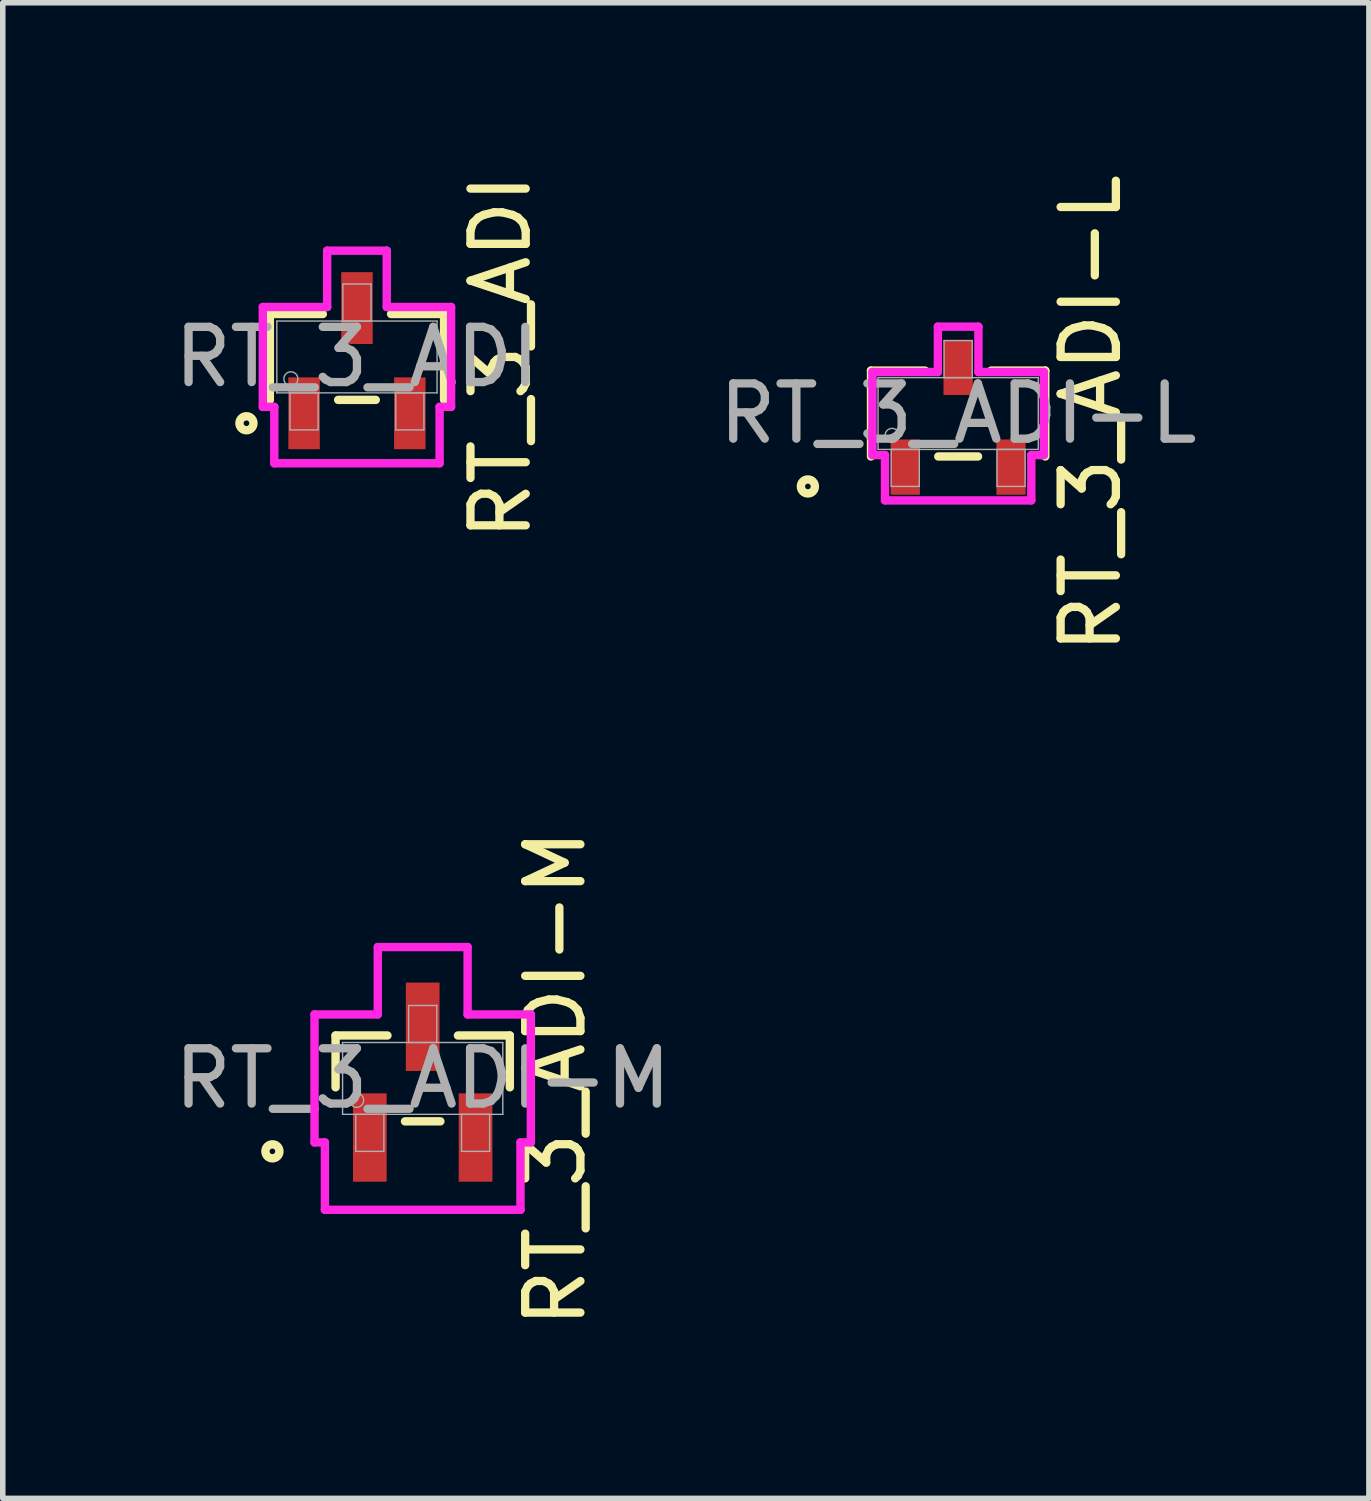
<source format=kicad_pcb>
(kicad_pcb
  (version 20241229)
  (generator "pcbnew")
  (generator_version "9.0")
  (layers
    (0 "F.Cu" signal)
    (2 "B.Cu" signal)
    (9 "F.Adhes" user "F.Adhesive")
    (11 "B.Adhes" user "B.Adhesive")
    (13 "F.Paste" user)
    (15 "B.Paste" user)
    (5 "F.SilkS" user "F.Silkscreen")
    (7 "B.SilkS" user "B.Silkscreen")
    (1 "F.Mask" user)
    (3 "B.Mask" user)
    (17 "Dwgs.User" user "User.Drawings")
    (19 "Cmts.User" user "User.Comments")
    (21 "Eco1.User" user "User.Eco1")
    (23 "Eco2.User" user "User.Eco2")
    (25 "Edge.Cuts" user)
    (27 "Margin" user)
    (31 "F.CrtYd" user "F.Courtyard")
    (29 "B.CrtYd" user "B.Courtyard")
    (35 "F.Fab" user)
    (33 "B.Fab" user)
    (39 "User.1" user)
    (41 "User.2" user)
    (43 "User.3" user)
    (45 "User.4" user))
  (footprint "RT_3_ADI"
    (layer "F.Cu")
    (at 3.411 3.411)
    (property "Reference" "RT_3_ADI" (at 2.6 0 90) (unlocked yes) (layer "F.SilkS") (effects (font (size 1 1) (thickness 0.15))))
    (attr smd)
    (fp_line (start -1.577 -0.777) (end -1.577 0.777) (stroke (width 0.152) (type solid)) (layer "F.SilkS"))
    (fp_line (start -0.618 -0.777) (end -1.577 -0.777) (stroke (width 0.152) (type solid)) (layer "F.SilkS"))
    (fp_line (start -0.34 0.777) (end 0.34 0.777) (stroke (width 0.152) (type solid)) (layer "F.SilkS"))
    (fp_line (start 1.577 -0.777) (end 0.618 -0.777) (stroke (width 0.152) (type solid)) (layer "F.SilkS"))
    (fp_line (start 1.577 0.777) (end 1.577 -0.777) (stroke (width 0.152) (type solid)) (layer "F.SilkS"))
    (fp_circle (center -2 1.2) (end -1.873 1.2) (stroke (width 0.152) (type solid)) (fill no) (layer "F.SilkS"))
    (fp_line (start -1.704 -0.904) (end -0.539 -0.904) (stroke (width 0.152) (type solid)) (layer "F.CrtYd"))
    (fp_line (start -1.704 0.904) (end -1.704 -0.904) (stroke (width 0.152) (type solid)) (layer "F.CrtYd"))
    (fp_line (start -1.704 0.904) (end -1.496 0.904) (stroke (width 0.152) (type solid)) (layer "F.CrtYd"))
    (fp_line (start -1.496 0.904) (end -1.496 1.924) (stroke (width 0.152) (type solid)) (layer "F.CrtYd"))
    (fp_line (start -1.496 1.924) (end 1.496 1.924) (stroke (width 0.152) (type solid)) (layer "F.CrtYd"))
    (fp_line (start -0.539 -1.924) (end 0.539 -1.924) (stroke (width 0.152) (type solid)) (layer "F.CrtYd"))
    (fp_line (start -0.539 -0.904) (end -0.539 -1.924) (stroke (width 0.152) (type solid)) (layer "F.CrtYd"))
    (fp_line (start 0.539 -0.904) (end 0.539 -1.924) (stroke (width 0.152) (type solid)) (layer "F.CrtYd"))
    (fp_line (start 1.496 0.904) (end 1.496 1.924) (stroke (width 0.152) (type solid)) (layer "F.CrtYd"))
    (fp_line (start 1.704 -0.904) (end 0.539 -0.904) (stroke (width 0.152) (type solid)) (layer "F.CrtYd"))
    (fp_line (start 1.704 -0.904) (end 1.704 0.904) (stroke (width 0.152) (type solid)) (layer "F.CrtYd"))
    (fp_line (start 1.704 0.904) (end 1.496 0.904) (stroke (width 0.152) (type solid)) (layer "F.CrtYd"))
    (fp_line (start -1.45 -0.65) (end -1.45 0.65) (stroke (width 0.025) (type solid)) (layer "F.Fab"))
    (fp_line (start -1.45 0.65) (end 1.45 0.65) (stroke (width 0.025) (type solid)) (layer "F.Fab"))
    (fp_line (start -1.212 0.65) (end -1.212 1.32) (stroke (width 0.025) (type solid)) (layer "F.Fab"))
    (fp_line (start -1.212 1.32) (end -0.703 1.32) (stroke (width 0.025) (type solid)) (layer "F.Fab"))
    (fp_line (start -0.703 0.65) (end -1.212 0.65) (stroke (width 0.025) (type solid)) (layer "F.Fab"))
    (fp_line (start -0.703 1.32) (end -0.703 0.65) (stroke (width 0.025) (type solid)) (layer "F.Fab"))
    (fp_line (start -0.255 -1.32) (end -0.255 -0.65) (stroke (width 0.025) (type solid)) (layer "F.Fab"))
    (fp_line (start -0.255 -0.65) (end 0.255 -0.65) (stroke (width 0.025) (type solid)) (layer "F.Fab"))
    (fp_line (start 0.255 -1.32) (end -0.255 -1.32) (stroke (width 0.025) (type solid)) (layer "F.Fab"))
    (fp_line (start 0.255 -0.65) (end 0.255 -1.32) (stroke (width 0.025) (type solid)) (layer "F.Fab"))
    (fp_line (start 0.703 0.65) (end 0.703 1.32) (stroke (width 0.025) (type solid)) (layer "F.Fab"))
    (fp_line (start 0.703 1.32) (end 1.212 1.32) (stroke (width 0.025) (type solid)) (layer "F.Fab"))
    (fp_line (start 1.212 0.65) (end 0.703 0.65) (stroke (width 0.025) (type solid)) (layer "F.Fab"))
    (fp_line (start 1.212 1.32) (end 1.212 0.65) (stroke (width 0.025) (type solid)) (layer "F.Fab"))
    (fp_line (start 1.45 -0.65) (end -1.45 -0.65) (stroke (width 0.025) (type solid)) (layer "F.Fab"))
    (fp_line (start 1.45 0.65) (end 1.45 -0.65) (stroke (width 0.025) (type solid)) (layer "F.Fab"))
    (fp_circle (center -1.196 0.396) (end -1.069 0.396) (stroke (width 0.025) (type solid)) (fill no) (layer "F.Fab"))
    (fp_text user "${REFERENCE}" (at 0 0 0) (unlocked yes) (layer "F.Fab") (effects (font (size 1 1) (thickness 0.15))))
    (pad "1" smd rect (at -0.957 1.02) (size 0.57 1.3) (layers "F.Cu" "F.Mask" "F.Paste"))
    (pad "2" smd rect (at 0.957 1.02) (size 0.57 1.3) (layers "F.Cu" "F.Mask" "F.Paste"))
    (pad "3" smd rect (at 0 -0.885) (size 0.57 1.3) (layers "F.Cu" "F.Mask" "F.Paste")))
  (footprint "RT_3_ADI-M"
    (layer "F.Cu")
    (at 4.601 16.47)
    (property "Reference" "RT_3_ADI-M" (at 2.4 0 90) (unlocked yes) (layer "F.SilkS") (effects (font (size 1 1) (thickness 0.15))))
    (attr smd)
    (fp_line (start -1.577 -0.777) (end -1.577 0.161) (stroke (width 0.152) (type solid)) (layer "F.SilkS"))
    (fp_line (start -0.638 -0.777) (end -1.577 -0.777) (stroke (width 0.152) (type solid)) (layer "F.SilkS"))
    (fp_line (start -0.32 0.777) (end 0.32 0.777) (stroke (width 0.152) (type solid)) (layer "F.SilkS"))
    (fp_line (start 1.577 -0.777) (end 0.638 -0.777) (stroke (width 0.152) (type solid)) (layer "F.SilkS"))
    (fp_line (start 1.577 0.161) (end 1.577 -0.777) (stroke (width 0.152) (type solid)) (layer "F.SilkS"))
    (fp_circle (center -2.72 1.32) (end -2.593 1.32) (stroke (width 0.152) (type solid)) (fill no) (layer "F.SilkS"))
    (fp_line (start -1.958 -1.158) (end -0.813 -1.158) (stroke (width 0.152) (type solid)) (layer "F.CrtYd"))
    (fp_line (start -1.958 1.158) (end -1.958 -1.158) (stroke (width 0.152) (type solid)) (layer "F.CrtYd"))
    (fp_line (start -1.958 1.158) (end -1.77 1.158) (stroke (width 0.152) (type solid)) (layer "F.CrtYd"))
    (fp_line (start -1.77 1.158) (end -1.77 2.378) (stroke (width 0.152) (type solid)) (layer "F.CrtYd"))
    (fp_line (start -1.77 2.378) (end 1.77 2.378) (stroke (width 0.152) (type solid)) (layer "F.CrtYd"))
    (fp_line (start -0.813 -2.378) (end 0.813 -2.378) (stroke (width 0.152) (type solid)) (layer "F.CrtYd"))
    (fp_line (start -0.813 -1.158) (end -0.813 -2.378) (stroke (width 0.152) (type solid)) (layer "F.CrtYd"))
    (fp_line (start 0.813 -1.158) (end 0.813 -2.378) (stroke (width 0.152) (type solid)) (layer "F.CrtYd"))
    (fp_line (start 1.77 1.158) (end 1.77 2.378) (stroke (width 0.152) (type solid)) (layer "F.CrtYd"))
    (fp_line (start 1.958 -1.158) (end 0.813 -1.158) (stroke (width 0.152) (type solid)) (layer "F.CrtYd"))
    (fp_line (start 1.958 -1.158) (end 1.958 1.158) (stroke (width 0.152) (type solid)) (layer "F.CrtYd"))
    (fp_line (start 1.958 1.158) (end 1.77 1.158) (stroke (width 0.152) (type solid)) (layer "F.CrtYd"))
    (fp_line (start -1.45 -0.65) (end -1.45 0.65) (stroke (width 0.025) (type solid)) (layer "F.Fab"))
    (fp_line (start -1.45 0.65) (end 1.45 0.65) (stroke (width 0.025) (type solid)) (layer "F.Fab"))
    (fp_line (start -1.212 0.65) (end -1.212 1.32) (stroke (width 0.025) (type solid)) (layer "F.Fab"))
    (fp_line (start -1.212 1.32) (end -0.703 1.32) (stroke (width 0.025) (type solid)) (layer "F.Fab"))
    (fp_line (start -0.703 0.65) (end -1.212 0.65) (stroke (width 0.025) (type solid)) (layer "F.Fab"))
    (fp_line (start -0.703 1.32) (end -0.703 0.65) (stroke (width 0.025) (type solid)) (layer "F.Fab"))
    (fp_line (start -0.255 -1.32) (end -0.255 -0.65) (stroke (width 0.025) (type solid)) (layer "F.Fab"))
    (fp_line (start -0.255 -0.65) (end 0.255 -0.65) (stroke (width 0.025) (type solid)) (layer "F.Fab"))
    (fp_line (start 0.255 -1.32) (end -0.255 -1.32) (stroke (width 0.025) (type solid)) (layer "F.Fab"))
    (fp_line (start 0.255 -0.65) (end 0.255 -1.32) (stroke (width 0.025) (type solid)) (layer "F.Fab"))
    (fp_line (start 0.703 0.65) (end 0.703 1.32) (stroke (width 0.025) (type solid)) (layer "F.Fab"))
    (fp_line (start 0.703 1.32) (end 1.212 1.32) (stroke (width 0.025) (type solid)) (layer "F.Fab"))
    (fp_line (start 1.212 0.65) (end 0.703 0.65) (stroke (width 0.025) (type solid)) (layer "F.Fab"))
    (fp_line (start 1.212 1.32) (end 1.212 0.65) (stroke (width 0.025) (type solid)) (layer "F.Fab"))
    (fp_line (start 1.45 -0.65) (end -1.45 -0.65) (stroke (width 0.025) (type solid)) (layer "F.Fab"))
    (fp_line (start 1.45 0.65) (end 1.45 -0.65) (stroke (width 0.025) (type solid)) (layer "F.Fab"))
    (fp_circle (center -1.196 0.396) (end -1.069 0.396) (stroke (width 0.025) (type solid)) (fill no) (layer "F.Fab"))
    (fp_text user "${REFERENCE}" (at 0 0 0) (unlocked yes) (layer "F.Fab") (effects (font (size 1 1) (thickness 0.15))))
    (pad "1" smd rect (at -0.957 1.07) (size 0.61 1.6) (layers "F.Cu" "F.Mask" "F.Paste"))
    (pad "2" smd rect (at 0.957 1.07) (size 0.61 1.6) (layers "F.Cu" "F.Mask" "F.Paste"))
    (pad "3" smd rect (at 0 -0.935) (size 0.61 1.6) (layers "F.Cu" "F.Mask" "F.Paste")))
  (footprint "RT_3_ADI-L"
    (layer "F.Cu")
    (at 14.293 4.435)
    (property "Reference" "RT_3_ADI-L" (at 2.4 0 90) (unlocked yes) (layer "F.SilkS") (effects (font (size 1 1) (thickness 0.15))))
    (attr smd)
    (fp_line (start -1.577 -0.777) (end -1.577 0.777) (stroke (width 0.152) (type solid)) (layer "F.SilkS"))
    (fp_line (start -0.598 -0.777) (end -1.577 -0.777) (stroke (width 0.152) (type solid)) (layer "F.SilkS"))
    (fp_line (start -0.36 0.777) (end 0.36 0.777) (stroke (width 0.152) (type solid)) (layer "F.SilkS"))
    (fp_line (start 1.577 -0.777) (end 0.598 -0.777) (stroke (width 0.152) (type solid)) (layer "F.SilkS"))
    (fp_line (start 1.577 0.777) (end 1.577 -0.777) (stroke (width 0.152) (type solid)) (layer "F.SilkS"))
    (fp_circle (center -2.72 1.32) (end -2.593 1.32) (stroke (width 0.152) (type solid)) (fill no) (layer "F.SilkS"))
    (fp_line (start -1.552 -0.752) (end -0.367 -0.752) (stroke (width 0.152) (type solid)) (layer "F.CrtYd"))
    (fp_line (start -1.552 0.752) (end -1.552 -0.752) (stroke (width 0.152) (type solid)) (layer "F.CrtYd"))
    (fp_line (start -1.552 0.752) (end -1.324 0.752) (stroke (width 0.152) (type solid)) (layer "F.CrtYd"))
    (fp_line (start -1.324 0.752) (end -1.324 1.572) (stroke (width 0.152) (type solid)) (layer "F.CrtYd"))
    (fp_line (start -1.324 1.572) (end 1.324 1.572) (stroke (width 0.152) (type solid)) (layer "F.CrtYd"))
    (fp_line (start -0.367 -1.572) (end 0.367 -1.572) (stroke (width 0.152) (type solid)) (layer "F.CrtYd"))
    (fp_line (start -0.367 -0.752) (end -0.367 -1.572) (stroke (width 0.152) (type solid)) (layer "F.CrtYd"))
    (fp_line (start 0.367 -0.752) (end 0.367 -1.572) (stroke (width 0.152) (type solid)) (layer "F.CrtYd"))
    (fp_line (start 1.324 0.752) (end 1.324 1.572) (stroke (width 0.152) (type solid)) (layer "F.CrtYd"))
    (fp_line (start 1.552 -0.752) (end 0.367 -0.752) (stroke (width 0.152) (type solid)) (layer "F.CrtYd"))
    (fp_line (start 1.552 -0.752) (end 1.552 0.752) (stroke (width 0.152) (type solid)) (layer "F.CrtYd"))
    (fp_line (start 1.552 0.752) (end 1.324 0.752) (stroke (width 0.152) (type solid)) (layer "F.CrtYd"))
    (fp_line (start -1.45 -0.65) (end -1.45 0.65) (stroke (width 0.025) (type solid)) (layer "F.Fab"))
    (fp_line (start -1.45 0.65) (end 1.45 0.65) (stroke (width 0.025) (type solid)) (layer "F.Fab"))
    (fp_line (start -1.212 0.65) (end -1.212 1.32) (stroke (width 0.025) (type solid)) (layer "F.Fab"))
    (fp_line (start -1.212 1.32) (end -0.703 1.32) (stroke (width 0.025) (type solid)) (layer "F.Fab"))
    (fp_line (start -0.703 0.65) (end -1.212 0.65) (stroke (width 0.025) (type solid)) (layer "F.Fab"))
    (fp_line (start -0.703 1.32) (end -0.703 0.65) (stroke (width 0.025) (type solid)) (layer "F.Fab"))
    (fp_line (start -0.255 -1.32) (end -0.255 -0.65) (stroke (width 0.025) (type solid)) (layer "F.Fab"))
    (fp_line (start -0.255 -0.65) (end 0.255 -0.65) (stroke (width 0.025) (type solid)) (layer "F.Fab"))
    (fp_line (start 0.255 -1.32) (end -0.255 -1.32) (stroke (width 0.025) (type solid)) (layer "F.Fab"))
    (fp_line (start 0.255 -0.65) (end 0.255 -1.32) (stroke (width 0.025) (type solid)) (layer "F.Fab"))
    (fp_line (start 0.703 0.65) (end 0.703 1.32) (stroke (width 0.025) (type solid)) (layer "F.Fab"))
    (fp_line (start 0.703 1.32) (end 1.212 1.32) (stroke (width 0.025) (type solid)) (layer "F.Fab"))
    (fp_line (start 1.212 0.65) (end 0.703 0.65) (stroke (width 0.025) (type solid)) (layer "F.Fab"))
    (fp_line (start 1.212 1.32) (end 1.212 0.65) (stroke (width 0.025) (type solid)) (layer "F.Fab"))
    (fp_line (start 1.45 -0.65) (end -1.45 -0.65) (stroke (width 0.025) (type solid)) (layer "F.Fab"))
    (fp_line (start 1.45 0.65) (end 1.45 -0.65) (stroke (width 0.025) (type solid)) (layer "F.Fab"))
    (fp_circle (center -1.196 0.396) (end -1.069 0.396) (stroke (width 0.025) (type solid)) (fill no) (layer "F.Fab"))
    (fp_text user "${REFERENCE}" (at 0 0 0) (unlocked yes) (layer "F.Fab") (effects (font (size 1 1) (thickness 0.15))))
    (pad "1" smd rect (at -0.957 0.97) (size 0.53 1) (layers "F.Cu" "F.Mask" "F.Paste"))
    (pad "2" smd rect (at 0.957 0.97) (size 0.53 1) (layers "F.Cu" "F.Mask" "F.Paste"))
    (pad "3" smd rect (at 0 -0.835) (size 0.53 1) (layers "F.Cu" "F.Mask" "F.Paste")))
  (gr_rect
    (start -3 -3)
    (end 21.728 24.071)
    (stroke (width 0.1) (type default))
    (fill no)
    (layer "Edge.Cuts")))
</source>
